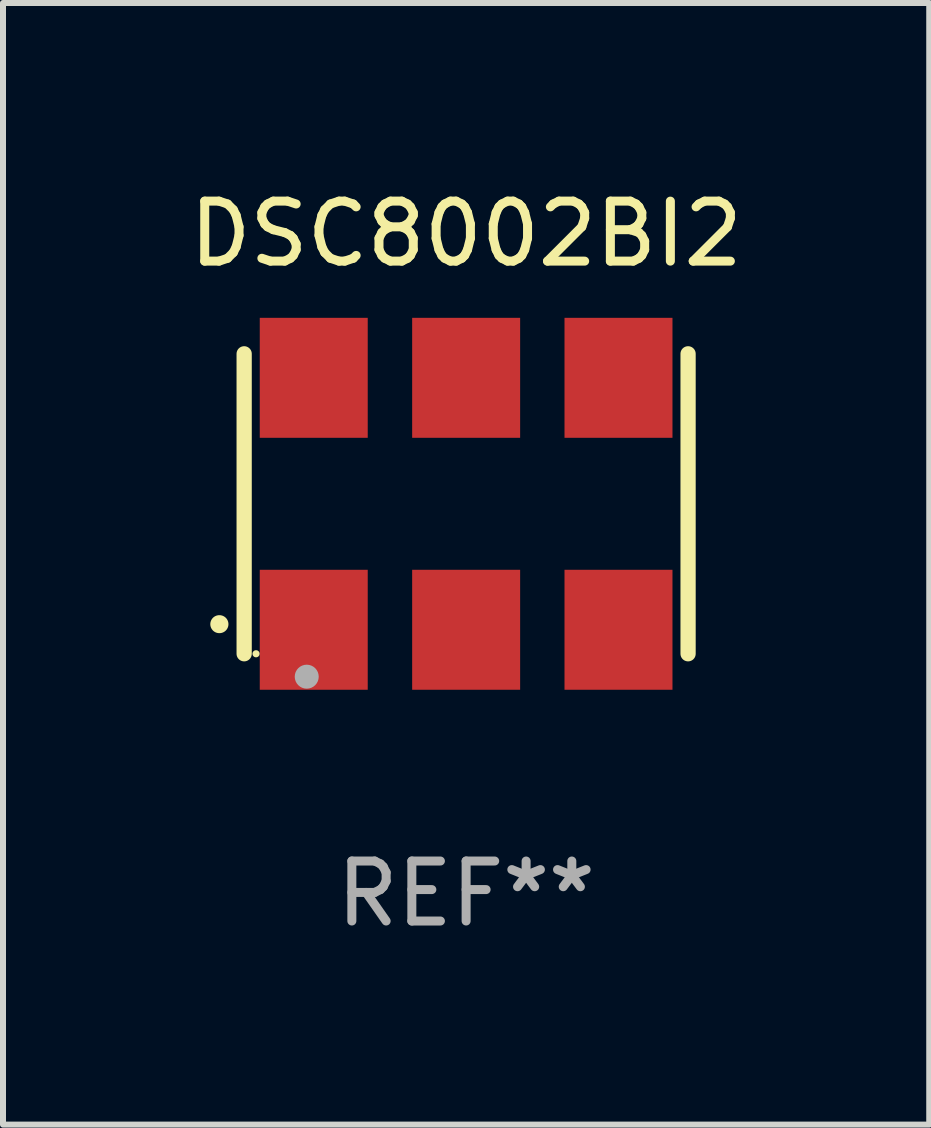
<source format=kicad_pcb>
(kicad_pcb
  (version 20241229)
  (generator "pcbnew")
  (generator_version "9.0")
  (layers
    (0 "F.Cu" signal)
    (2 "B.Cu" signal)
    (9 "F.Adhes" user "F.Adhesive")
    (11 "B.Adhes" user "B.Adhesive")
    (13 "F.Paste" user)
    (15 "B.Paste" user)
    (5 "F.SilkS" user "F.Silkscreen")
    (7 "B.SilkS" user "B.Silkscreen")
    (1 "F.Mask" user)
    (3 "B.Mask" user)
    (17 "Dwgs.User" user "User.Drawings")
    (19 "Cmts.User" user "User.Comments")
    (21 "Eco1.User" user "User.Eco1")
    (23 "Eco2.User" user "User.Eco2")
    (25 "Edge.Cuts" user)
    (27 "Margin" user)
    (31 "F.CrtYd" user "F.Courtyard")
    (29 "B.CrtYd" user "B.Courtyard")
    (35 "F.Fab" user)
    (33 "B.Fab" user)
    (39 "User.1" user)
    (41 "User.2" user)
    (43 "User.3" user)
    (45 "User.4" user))
  (footprint "DSC8002BI2"
    (layer "F.Cu")
    (at 4.72 5.348)
    (property "Reference" "DSC8002BI2" (at 0 -4.5 0) (layer "F.SilkS") (effects (font (size 1 1) (thickness 0.15))))
    (attr through_hole)
    (fp_line (start -3.7 -2.5) (end -3.7 2.5) (stroke (width 0.254) (type solid)) (layer "F.SilkS"))
    (fp_line (start 3.7 -2.5) (end 3.7 2.5) (stroke (width 0.254) (type solid)) (layer "F.SilkS"))
    (fp_arc (start -4.114415 2.006604) (mid -4.113145 2.006599) (end -4.111875 2.006604) (stroke (width 0.3) (type solid)) (layer "F.SilkS"))
    (fp_circle (center -3.502 2.5) (end -3.472 2.5) (stroke (width 0.06) (type solid)) (fill no) (layer "F.SilkS"))
    (fp_circle (center -2.657 2.882) (end -2.557 2.882) (stroke (width 0.2) (type solid)) (fill no) (layer "F.Fab"))
    (fp_text user "REF**" (at 0 6.5 0) (layer "F.Fab") (effects (font (size 1 1) (thickness 0.15))))
    (pad "1" smd rect (at -2.54 2.1) (size 1.8 2) (layers "F.Cu" "F.Mask" "F.Paste"))
    (pad "2" smd rect (at 0.000394 2.1) (size 1.8 2) (layers "F.Cu" "F.Mask" "F.Paste"))
    (pad "3" smd rect (at 2.54 2.1) (size 1.8 2) (layers "F.Cu" "F.Mask" "F.Paste"))
    (pad "4" smd rect (at 2.54 -2.1) (size 1.8 2) (layers "F.Cu" "F.Mask" "F.Paste"))
    (pad "5" smd rect (at 0.000394 -2.1) (size 1.8 2) (layers "F.Cu" "F.Mask" "F.Paste"))
    (pad "6" smd rect (at -2.54 -2.1) (size 1.8 2) (layers "F.Cu" "F.Mask" "F.Paste")))
  (gr_rect
    (start -3 -3)
    (end 12.44 15.697)
    (stroke (width 0.1) (type default))
    (fill no)
    (layer "Edge.Cuts")))
</source>
